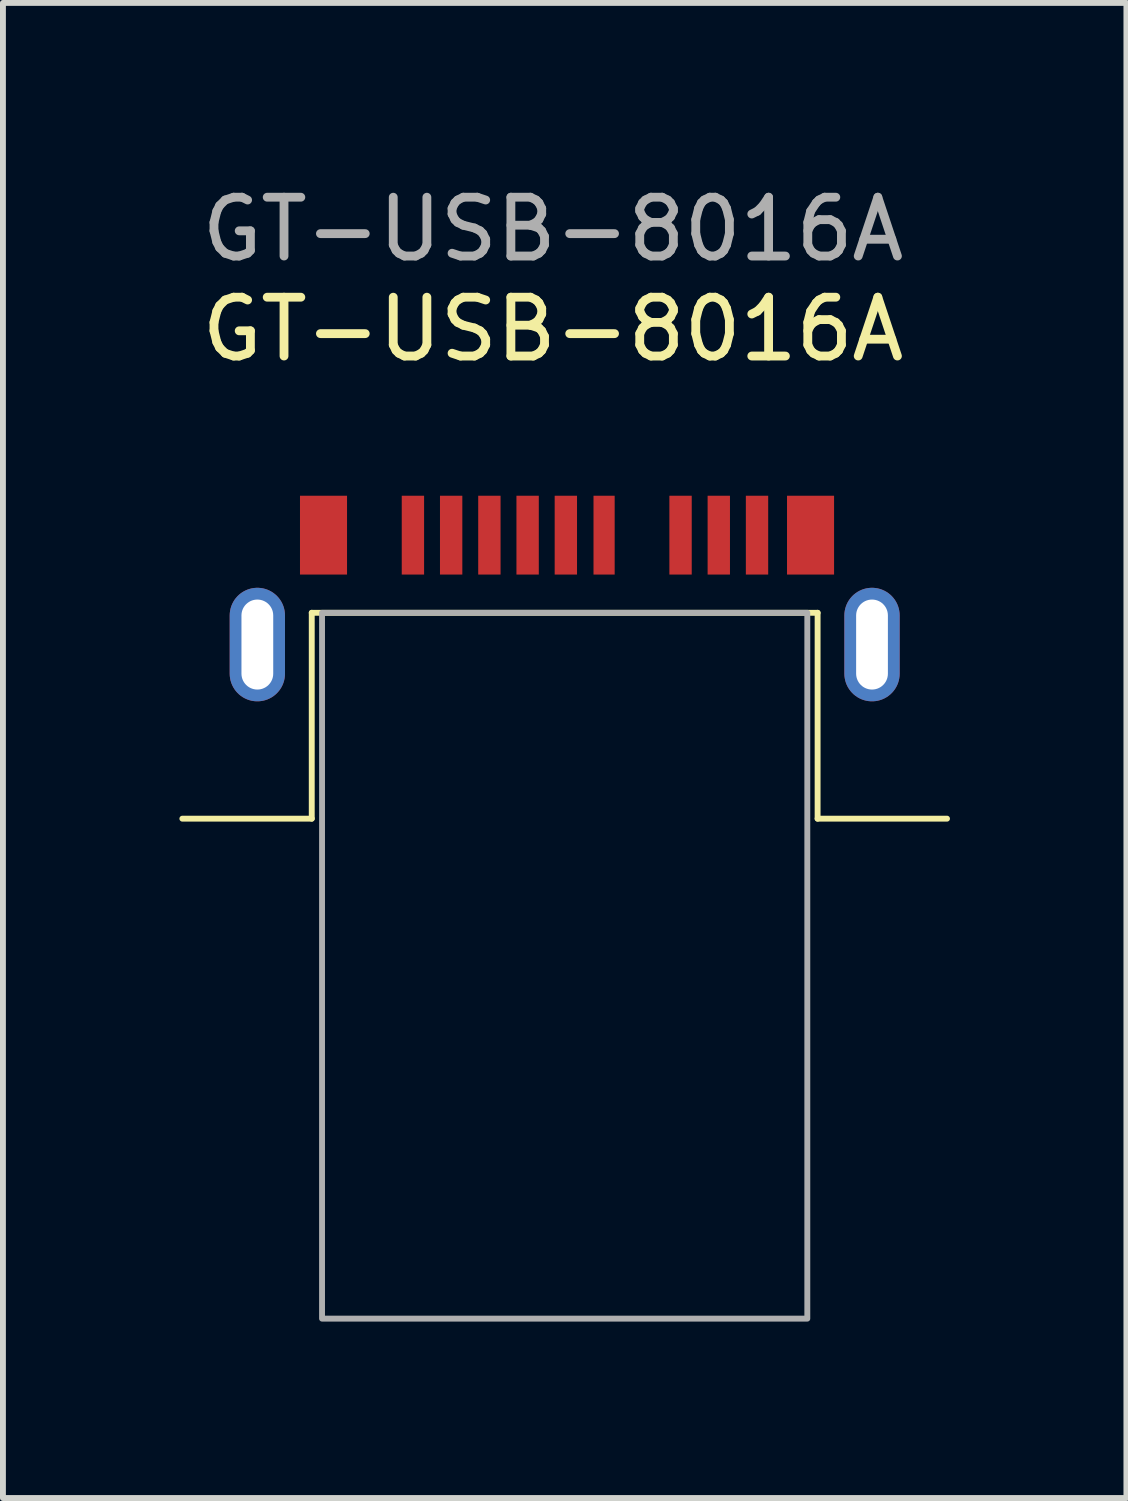
<source format=kicad_pcb>
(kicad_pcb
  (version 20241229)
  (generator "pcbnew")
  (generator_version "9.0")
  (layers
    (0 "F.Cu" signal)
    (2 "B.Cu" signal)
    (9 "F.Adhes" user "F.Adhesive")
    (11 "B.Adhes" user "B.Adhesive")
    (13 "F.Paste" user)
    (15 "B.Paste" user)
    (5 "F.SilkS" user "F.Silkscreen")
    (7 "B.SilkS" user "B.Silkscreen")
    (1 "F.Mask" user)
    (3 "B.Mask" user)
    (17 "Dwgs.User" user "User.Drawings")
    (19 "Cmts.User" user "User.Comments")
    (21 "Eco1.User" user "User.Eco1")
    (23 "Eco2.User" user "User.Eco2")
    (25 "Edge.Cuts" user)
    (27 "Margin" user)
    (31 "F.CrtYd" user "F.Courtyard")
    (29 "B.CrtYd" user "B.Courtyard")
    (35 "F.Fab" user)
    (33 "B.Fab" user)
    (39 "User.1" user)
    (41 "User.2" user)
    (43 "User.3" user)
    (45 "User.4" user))
  (footprint "GT-USB-8016A"
    (layer "F.Cu")
    (at 6.55 6.048)
    (property "Reference" "GT-USB-8016A" (at -0.2 -3.5 0) (unlocked yes) (layer "F.SilkS") (effects (font (size 1 1) (thickness 0.15))))
    (attr smd)
    (fp_line (start -4.3 1.32) (end -4.3 4.82) (stroke (width 0.1) (type default)) (layer "F.SilkS"))
    (fp_line (start -4.3 1.32) (end 4.3 1.32) (stroke (width 0.1) (type default)) (layer "F.SilkS"))
    (fp_line (start -4.3 4.82) (end -6.5 4.82) (stroke (width 0.1) (type default)) (layer "F.SilkS"))
    (fp_line (start 4.3 1.32) (end 4.3 4.82) (stroke (width 0.1) (type default)) (layer "F.SilkS"))
    (fp_line (start 4.3 4.82) (end 6.5 4.82) (stroke (width 0.1) (type default)) (layer "F.SilkS"))
    (fp_rect (start -4.125 1.32) (end 4.125 13.32) (stroke (width 0.1) (type default)) (fill no) (layer "F.Fab"))
    (fp_text user "${REFERENCE}" (at -0.2 -5.2 0) (unlocked yes) (layer "F.Fab") (effects (font (size 1 1) (thickness 0.15))))
    (pad "1" thru_hole oval (at -5.225 1.86) (size 0.94 1.93) (drill oval 0.54 1.53) (layers "*.Cu" "*.Mask"))
    (pad "2" smd rect (at -4.1 0) (size 0.8 1.34) (layers "F.Cu" "F.Mask" "F.Paste"))
    (pad "3" smd rect (at -2.58 0) (size 0.38 1.34) (layers "F.Cu" "F.Mask" "F.Paste"))
    (pad "4" smd rect (at -1.93 0) (size 0.38 1.34) (layers "F.Cu" "F.Mask" "F.Paste"))
    (pad "5" smd rect (at -1.28 0) (size 0.38 1.34) (layers "F.Cu" "F.Mask" "F.Paste"))
    (pad "6" smd rect (at -0.63 0) (size 0.38 1.34) (layers "F.Cu" "F.Mask" "F.Paste"))
    (pad "7" smd rect (at 0.02 0) (size 0.38 1.34) (layers "F.Cu" "F.Mask" "F.Paste"))
    (pad "8" smd rect (at 0.67 0) (size 0.36 1.34) (layers "F.Cu" "F.Mask" "F.Paste"))
    (pad "9" smd rect (at 1.97 0) (size 0.38 1.34) (layers "F.Cu" "F.Mask" "F.Paste"))
    (pad "10" smd rect (at 2.62 0) (size 0.38 1.34) (layers "F.Cu" "F.Mask" "F.Paste"))
    (pad "11" smd rect (at 3.27 0) (size 0.38 1.34) (layers "F.Cu" "F.Mask" "F.Paste"))
    (pad "12" smd rect (at 4.18 0) (size 0.8 1.34) (layers "F.Cu" "F.Mask" "F.Paste"))
    (pad "13" thru_hole oval (at 5.225 1.86) (size 0.94 1.93) (drill oval 0.54 1.53) (layers "*.Cu" "*.Mask")))
  (gr_rect
    (start -3 -3)
    (end 16.1 22.418)
    (stroke (width 0.1) (type default))
    (fill no)
    (layer "Edge.Cuts")))
</source>
